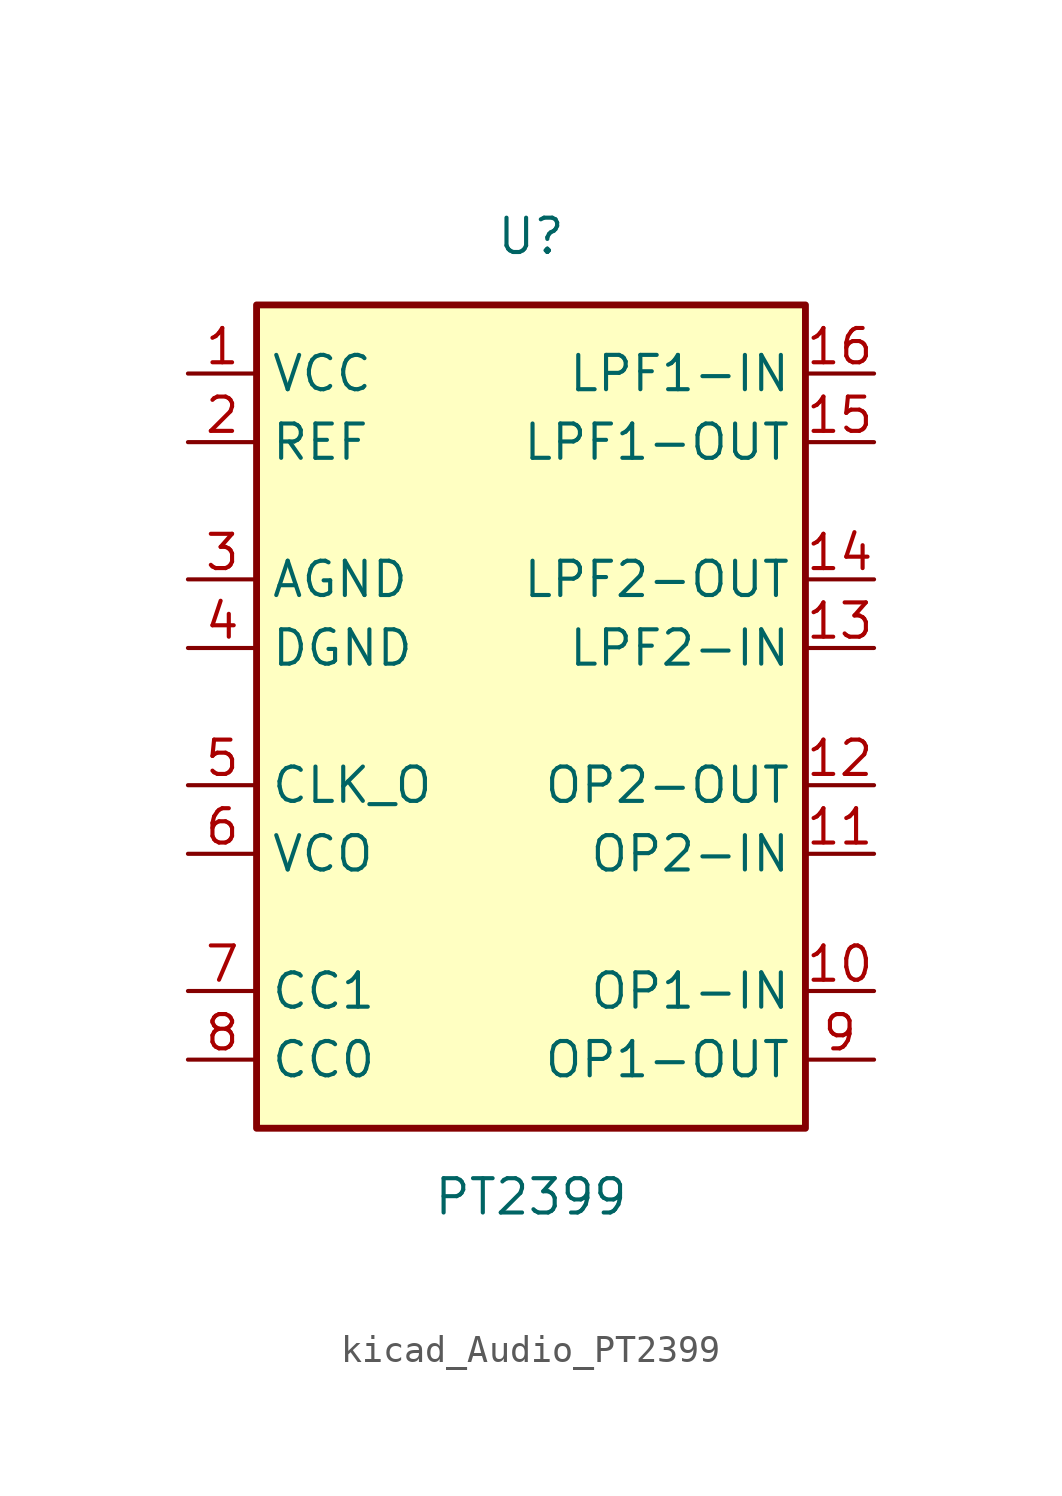
<source format=kicad_sym>
(kicad_symbol_lib
  (version 20220914)
  (generator kicad_symbol_editor)
  (symbol "kicad_Audio_PT2399"
    (property "Reference" "U"
      (at 0 17.78 0)
      (effects (font (size 1.27 1.27))))
    (property "Value" "PT2399"
      (at 0 -17.78 0)
      (effects (font (size 1.27 1.27))))
    (symbol "kicad_Audio_PT2399_0_1"
      (rectangle (start -10.16 15.24) (end 10.16 -15.24) (stroke (width 0.254) (type default)) (fill (type background))))
    (symbol "kicad_Audio_PT2399_1_1"
      (pin power_in line (at -12.7 12.7 0) (length 2.54) (name "VCC" (effects (font (size 1.27 1.27)))) (number "1" (effects (font (size 1.27 1.27)))))
      (pin input line (at 12.7 -10.16 180) (length 2.54) (name "OP1-IN" (effects (font (size 1.27 1.27)))) (number "10" (effects (font (size 1.27 1.27)))))
      (pin input line (at 12.7 -5.08 180) (length 2.54) (name "OP2-IN" (effects (font (size 1.27 1.27)))) (number "11" (effects (font (size 1.27 1.27)))))
      (pin output line (at 12.7 -2.54 180) (length 2.54) (name "OP2-OUT" (effects (font (size 1.27 1.27)))) (number "12" (effects (font (size 1.27 1.27)))))
      (pin input line (at 12.7 2.54 180) (length 2.54) (name "LPF2-IN" (effects (font (size 1.27 1.27)))) (number "13" (effects (font (size 1.27 1.27)))))
      (pin output line (at 12.7 5.08 180) (length 2.54) (name "LPF2-OUT" (effects (font (size 1.27 1.27)))) (number "14" (effects (font (size 1.27 1.27)))))
      (pin output line (at 12.7 10.16 180) (length 2.54) (name "LPF1-OUT" (effects (font (size 1.27 1.27)))) (number "15" (effects (font (size 1.27 1.27)))))
      (pin input line (at 12.7 12.7 180) (length 2.54) (name "LPF1-IN" (effects (font (size 1.27 1.27)))) (number "16" (effects (font (size 1.27 1.27)))))
      (pin passive line (at -12.7 10.16 0) (length 2.54) (name "REF" (effects (font (size 1.27 1.27)))) (number "2" (effects (font (size 1.27 1.27)))))
      (pin power_in line (at -12.7 5.08 0) (length 2.54) (name "AGND" (effects (font (size 1.27 1.27)))) (number "3" (effects (font (size 1.27 1.27)))))
      (pin power_in line (at -12.7 2.54 0) (length 2.54) (name "DGND" (effects (font (size 1.27 1.27)))) (number "4" (effects (font (size 1.27 1.27)))))
      (pin passive line (at -12.7 -2.54 0) (length 2.54) (name "CLK_O" (effects (font (size 1.27 1.27)))) (number "5" (effects (font (size 1.27 1.27)))))
      (pin passive line (at -12.7 -5.08 0) (length 2.54) (name "VCO" (effects (font (size 1.27 1.27)))) (number "6" (effects (font (size 1.27 1.27)))))
      (pin passive line (at -12.7 -10.16 0) (length 2.54) (name "CC1" (effects (font (size 1.27 1.27)))) (number "7" (effects (font (size 1.27 1.27)))))
      (pin passive line (at -12.7 -12.7 0) (length 2.54) (name "CC0" (effects (font (size 1.27 1.27)))) (number "8" (effects (font (size 1.27 1.27)))))
      (pin output line (at 12.7 -12.7 180) (length 2.54) (name "OP1-OUT" (effects (font (size 1.27 1.27)))) (number "9" (effects (font (size 1.27 1.27))))))))
</source>
